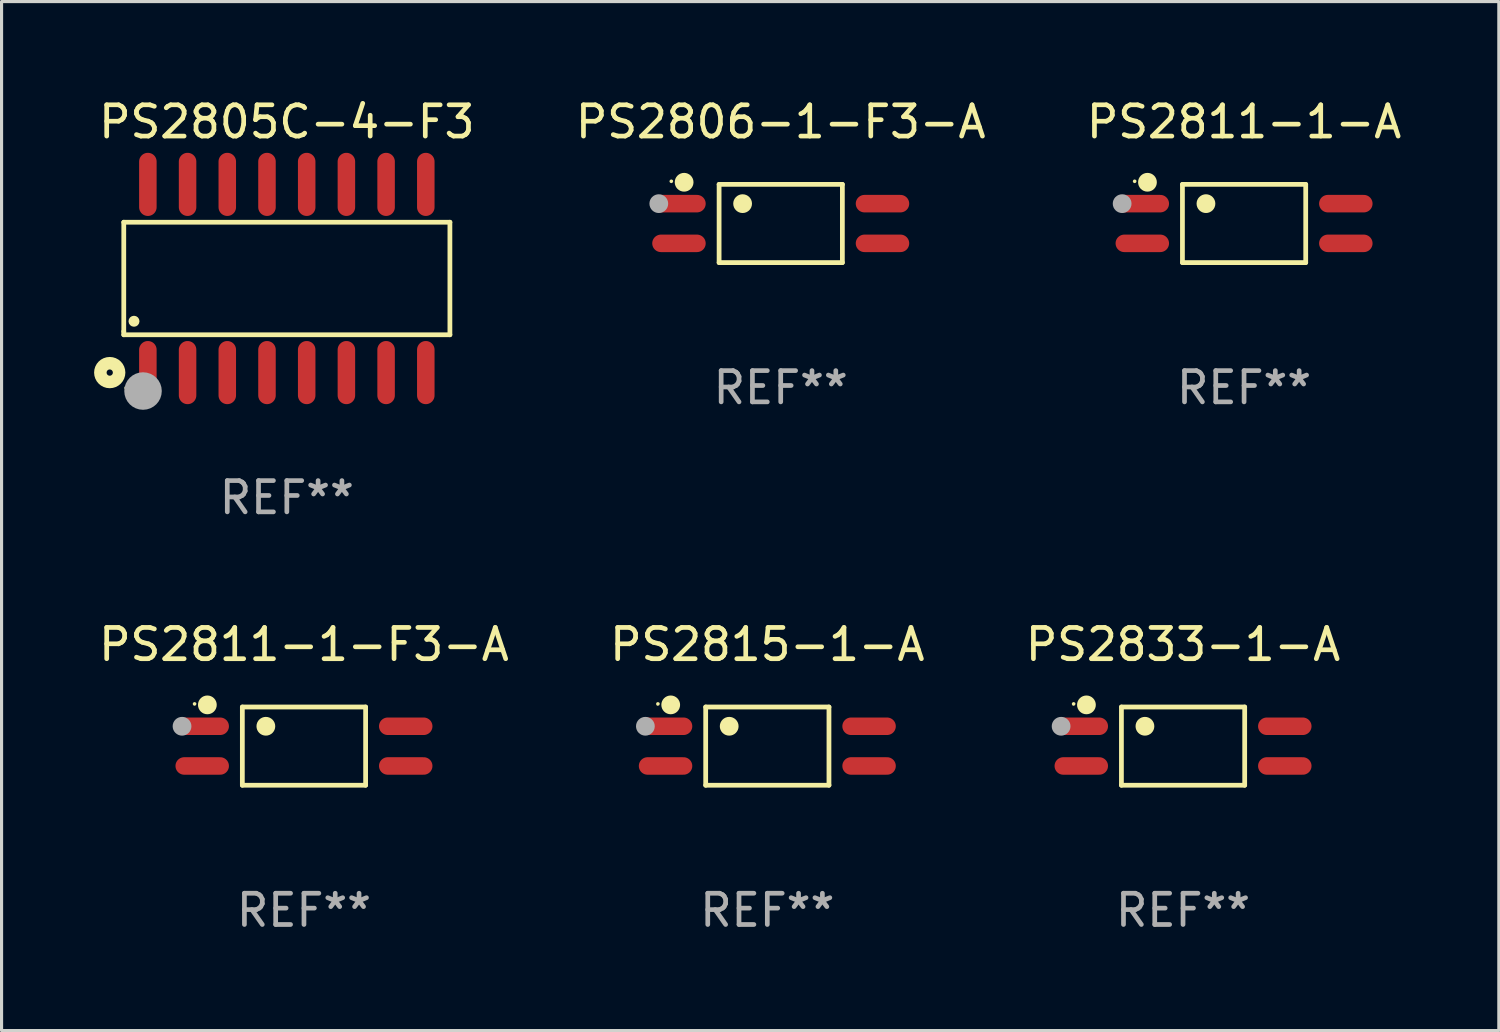
<source format=kicad_pcb>
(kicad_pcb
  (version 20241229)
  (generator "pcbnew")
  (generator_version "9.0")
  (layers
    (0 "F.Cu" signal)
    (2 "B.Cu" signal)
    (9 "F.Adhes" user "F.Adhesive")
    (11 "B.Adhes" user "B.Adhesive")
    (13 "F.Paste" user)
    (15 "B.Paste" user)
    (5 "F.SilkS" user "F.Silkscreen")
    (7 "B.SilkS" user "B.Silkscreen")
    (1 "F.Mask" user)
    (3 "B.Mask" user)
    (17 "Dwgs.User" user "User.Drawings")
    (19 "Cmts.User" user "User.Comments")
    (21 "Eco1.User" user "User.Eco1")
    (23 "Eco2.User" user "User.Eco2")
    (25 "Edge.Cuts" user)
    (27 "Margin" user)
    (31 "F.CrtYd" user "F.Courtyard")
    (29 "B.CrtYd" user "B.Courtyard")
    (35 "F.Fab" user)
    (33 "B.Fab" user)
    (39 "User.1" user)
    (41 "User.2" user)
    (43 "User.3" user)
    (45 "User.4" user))
  (footprint "PS2811-1-A"
    (layer "F.Cu")
    (at 36.744 4.099)
    (property "Reference" "PS2811-1-A" (at 0 -3.251 0) (layer "F.SilkS") (effects (font (size 1 1) (thickness 0.15))))
    (attr through_hole)
    (fp_line (start -1.971 -1.251) (end 1.972 -1.251) (stroke (width 0.152) (type solid)) (layer "F.SilkS"))
    (fp_line (start -1.971 1.251) (end -1.971 -1.251) (stroke (width 0.152) (type solid)) (layer "F.SilkS"))
    (fp_line (start 1.972 -1.251) (end 1.972 1.251) (stroke (width 0.152) (type solid)) (layer "F.SilkS"))
    (fp_line (start 1.972 1.251) (end -1.971 1.251) (stroke (width 0.152) (type solid)) (layer "F.SilkS"))
    (fp_circle (center -3.5 -1.35) (end -3.47 -1.35) (stroke (width 0.06) (type solid)) (fill no) (layer "F.SilkS"))
    (fp_circle (center -3.09 -1.319) (end -2.94 -1.319) (stroke (width 0.3) (type solid)) (fill no) (layer "F.SilkS"))
    (fp_circle (center -1.219 -0.635) (end -1.069 -0.635) (stroke (width 0.3) (type solid)) (fill no) (layer "F.SilkS"))
    (fp_circle (center -3.9 -0.635) (end -3.75 -0.635) (stroke (width 0.3) (type solid)) (fill no) (layer "F.Fab"))
    (fp_text user "REF**" (at 0 5.251 0) (layer "F.Fab") (effects (font (size 1 1) (thickness 0.15))))
    (pad "1" smd oval (at -3.255 -0.635 270) (size 0.56 1.71) (layers "F.Cu" "F.Mask" "F.Paste"))
    (pad "2" smd oval (at -3.255 0.635 270) (size 0.56 1.71) (layers "F.Cu" "F.Mask" "F.Paste"))
    (pad "3" smd oval (at 3.255 0.635 270) (size 0.56 1.71) (layers "F.Cu" "F.Mask" "F.Paste"))
    (pad "4" smd oval (at 3.255 -0.635 270) (size 0.56 1.71) (layers "F.Cu" "F.Mask" "F.Paste")))
  (footprint "PS2811-1-F3-A"
    (layer "F.Cu")
    (at 6.673 20.816)
    (property "Reference" "PS2811-1-F3-A" (at 0 -3.251 0) (layer "F.SilkS") (effects (font (size 1 1) (thickness 0.15))))
    (attr through_hole)
    (fp_line (start -1.971 -1.251) (end 1.972 -1.251) (stroke (width 0.152) (type solid)) (layer "F.SilkS"))
    (fp_line (start -1.971 1.251) (end -1.971 -1.251) (stroke (width 0.152) (type solid)) (layer "F.SilkS"))
    (fp_line (start 1.972 -1.251) (end 1.972 1.251) (stroke (width 0.152) (type solid)) (layer "F.SilkS"))
    (fp_line (start 1.972 1.251) (end -1.971 1.251) (stroke (width 0.152) (type solid)) (layer "F.SilkS"))
    (fp_circle (center -3.5 -1.35) (end -3.47 -1.35) (stroke (width 0.06) (type solid)) (fill no) (layer "F.SilkS"))
    (fp_circle (center -3.09 -1.319) (end -2.94 -1.319) (stroke (width 0.3) (type solid)) (fill no) (layer "F.SilkS"))
    (fp_circle (center -1.219 -0.635) (end -1.069 -0.635) (stroke (width 0.3) (type solid)) (fill no) (layer "F.SilkS"))
    (fp_circle (center -3.9 -0.635) (end -3.75 -0.635) (stroke (width 0.3) (type solid)) (fill no) (layer "F.Fab"))
    (fp_text user "REF**" (at 0 5.251 0) (layer "F.Fab") (effects (font (size 1 1) (thickness 0.15))))
    (pad "1" smd oval (at -3.255 -0.635 270) (size 0.56 1.71) (layers "F.Cu" "F.Mask" "F.Paste"))
    (pad "2" smd oval (at -3.255 0.635 270) (size 0.56 1.71) (layers "F.Cu" "F.Mask" "F.Paste"))
    (pad "3" smd oval (at 3.255 0.635 270) (size 0.56 1.71) (layers "F.Cu" "F.Mask" "F.Paste"))
    (pad "4" smd oval (at 3.255 -0.635 270) (size 0.56 1.71) (layers "F.Cu" "F.Mask" "F.Paste")))
  (footprint "PS2805C-4-F3"
    (layer "F.Cu")
    (at 6.125 5.858)
    (property "Reference" "PS2805C-4-F3" (at 0 -5.01 0) (layer "F.SilkS") (effects (font (size 1 1) (thickness 0.15))))
    (attr through_hole)
    (fp_line (start -5.216 -1.8) (end 5.216 -1.8) (stroke (width 0.152) (type solid)) (layer "F.SilkS"))
    (fp_line (start -5.216 1.695) (end -5.216 -1.8) (stroke (width 0.152) (type solid)) (layer "F.SilkS"))
    (fp_line (start -5.216 1.8) (end -5.216 1.695) (stroke (width 0.152) (type solid)) (layer "F.SilkS"))
    (fp_line (start 5.216 -1.8) (end 5.216 1.8) (stroke (width 0.152) (type solid)) (layer "F.SilkS"))
    (fp_line (start 5.216 1.8) (end -5.216 1.8) (stroke (width 0.152) (type solid)) (layer "F.SilkS"))
    (fp_circle (center -5.665 3.01) (end -5.565 3.01) (stroke (width 0.4) (type solid)) (fill no) (layer "F.SilkS"))
    (fp_circle (center -5.14 3.5) (end -5.11 3.5) (stroke (width 0.06) (type solid)) (fill no) (layer "F.SilkS"))
    (fp_circle (center -4.889 1.368) (end -4.801 1.368) (stroke (width 0.175) (type solid)) (fill no) (layer "F.SilkS"))
    (fp_circle (center -4.6 3.6) (end -4.3 3.6) (stroke (width 0.6) (type solid)) (fill no) (layer "F.Fab"))
    (fp_text user "REF**" (at 0 7.01 0) (layer "F.Fab") (effects (font (size 1 1) (thickness 0.15))))
    (pad "1" smd oval (at -4.445 3.01) (size 0.56 2.02) (layers "F.Cu" "F.Mask" "F.Paste"))
    (pad "2" smd oval (at -3.175 3.01) (size 0.56 2.02) (layers "F.Cu" "F.Mask" "F.Paste"))
    (pad "3" smd oval (at -1.905 3.01) (size 0.56 2.02) (layers "F.Cu" "F.Mask" "F.Paste"))
    (pad "4" smd oval (at -0.635 3.01) (size 0.56 2.02) (layers "F.Cu" "F.Mask" "F.Paste"))
    (pad "5" smd oval (at 0.635 3.01) (size 0.56 2.02) (layers "F.Cu" "F.Mask" "F.Paste"))
    (pad "6" smd oval (at 1.905 3.01) (size 0.56 2.02) (layers "F.Cu" "F.Mask" "F.Paste"))
    (pad "7" smd oval (at 3.175 3.01) (size 0.56 2.02) (layers "F.Cu" "F.Mask" "F.Paste"))
    (pad "8" smd oval (at 4.445 3.01) (size 0.56 2.02) (layers "F.Cu" "F.Mask" "F.Paste"))
    (pad "9" smd oval (at 4.445 -3.01) (size 0.56 2.02) (layers "F.Cu" "F.Mask" "F.Paste"))
    (pad "10" smd oval (at 3.175 -3.01) (size 0.56 2.02) (layers "F.Cu" "F.Mask" "F.Paste"))
    (pad "11" smd oval (at 1.905 -3.01) (size 0.56 2.02) (layers "F.Cu" "F.Mask" "F.Paste"))
    (pad "12" smd oval (at 0.635 -3.01) (size 0.56 2.02) (layers "F.Cu" "F.Mask" "F.Paste"))
    (pad "13" smd oval (at -0.635 -3.01) (size 0.56 2.02) (layers "F.Cu" "F.Mask" "F.Paste"))
    (pad "14" smd oval (at -1.905 -3.01) (size 0.56 2.02) (layers "F.Cu" "F.Mask" "F.Paste"))
    (pad "15" smd oval (at -3.175 -3.01) (size 0.56 2.02) (layers "F.Cu" "F.Mask" "F.Paste"))
    (pad "16" smd oval (at -4.445 -3.01) (size 0.56 2.02) (layers "F.Cu" "F.Mask" "F.Paste")))
  (footprint "PS2815-1-A"
    (layer "F.Cu")
    (at 21.494 20.816)
    (property "Reference" "PS2815-1-A" (at 0 -3.251 0) (layer "F.SilkS") (effects (font (size 1 1) (thickness 0.15))))
    (attr through_hole)
    (fp_line (start -1.971 -1.251) (end 1.972 -1.251) (stroke (width 0.152) (type solid)) (layer "F.SilkS"))
    (fp_line (start -1.971 1.251) (end -1.971 -1.251) (stroke (width 0.152) (type solid)) (layer "F.SilkS"))
    (fp_line (start 1.972 -1.251) (end 1.972 1.251) (stroke (width 0.152) (type solid)) (layer "F.SilkS"))
    (fp_line (start 1.972 1.251) (end -1.971 1.251) (stroke (width 0.152) (type solid)) (layer "F.SilkS"))
    (fp_circle (center -3.5 -1.35) (end -3.47 -1.35) (stroke (width 0.06) (type solid)) (fill no) (layer "F.SilkS"))
    (fp_circle (center -3.09 -1.319) (end -2.94 -1.319) (stroke (width 0.3) (type solid)) (fill no) (layer "F.SilkS"))
    (fp_circle (center -1.219 -0.635) (end -1.069 -0.635) (stroke (width 0.3) (type solid)) (fill no) (layer "F.SilkS"))
    (fp_circle (center -3.9 -0.635) (end -3.75 -0.635) (stroke (width 0.3) (type solid)) (fill no) (layer "F.Fab"))
    (fp_text user "REF**" (at 0 5.251 0) (layer "F.Fab") (effects (font (size 1 1) (thickness 0.15))))
    (pad "1" smd oval (at -3.255 -0.635 270) (size 0.56 1.71) (layers "F.Cu" "F.Mask" "F.Paste"))
    (pad "2" smd oval (at -3.255 0.635 270) (size 0.56 1.71) (layers "F.Cu" "F.Mask" "F.Paste"))
    (pad "3" smd oval (at 3.255 0.635 270) (size 0.56 1.71) (layers "F.Cu" "F.Mask" "F.Paste"))
    (pad "4" smd oval (at 3.255 -0.635 270) (size 0.56 1.71) (layers "F.Cu" "F.Mask" "F.Paste")))
  (footprint "PS2806-1-F3-A"
    (layer "F.Cu")
    (at 21.923 4.099)
    (property "Reference" "PS2806-1-F3-A" (at 0 -3.251 0) (layer "F.SilkS") (effects (font (size 1 1) (thickness 0.15))))
    (attr through_hole)
    (fp_line (start -1.971 -1.251) (end 1.972 -1.251) (stroke (width 0.152) (type solid)) (layer "F.SilkS"))
    (fp_line (start -1.971 1.251) (end -1.971 -1.251) (stroke (width 0.152) (type solid)) (layer "F.SilkS"))
    (fp_line (start 1.972 -1.251) (end 1.972 1.251) (stroke (width 0.152) (type solid)) (layer "F.SilkS"))
    (fp_line (start 1.972 1.251) (end -1.971 1.251) (stroke (width 0.152) (type solid)) (layer "F.SilkS"))
    (fp_circle (center -3.5 -1.35) (end -3.47 -1.35) (stroke (width 0.06) (type solid)) (fill no) (layer "F.SilkS"))
    (fp_circle (center -3.09 -1.319) (end -2.94 -1.319) (stroke (width 0.3) (type solid)) (fill no) (layer "F.SilkS"))
    (fp_circle (center -1.219 -0.635) (end -1.069 -0.635) (stroke (width 0.3) (type solid)) (fill no) (layer "F.SilkS"))
    (fp_circle (center -3.9 -0.635) (end -3.75 -0.635) (stroke (width 0.3) (type solid)) (fill no) (layer "F.Fab"))
    (fp_text user "REF**" (at 0 5.251 0) (layer "F.Fab") (effects (font (size 1 1) (thickness 0.15))))
    (pad "1" smd oval (at -3.255 -0.635 270) (size 0.56 1.71) (layers "F.Cu" "F.Mask" "F.Paste"))
    (pad "2" smd oval (at -3.255 0.635 270) (size 0.56 1.71) (layers "F.Cu" "F.Mask" "F.Paste"))
    (pad "3" smd oval (at 3.255 0.635 270) (size 0.56 1.71) (layers "F.Cu" "F.Mask" "F.Paste"))
    (pad "4" smd oval (at 3.255 -0.635 270) (size 0.56 1.71) (layers "F.Cu" "F.Mask" "F.Paste")))
  (footprint "PS2833-1-A"
    (layer "F.Cu")
    (at 34.792 20.816)
    (property "Reference" "PS2833-1-A" (at 0 -3.251 0) (layer "F.SilkS") (effects (font (size 1 1) (thickness 0.15))))
    (attr through_hole)
    (fp_line (start -1.971 -1.251) (end 1.972 -1.251) (stroke (width 0.152) (type solid)) (layer "F.SilkS"))
    (fp_line (start -1.971 1.251) (end -1.971 -1.251) (stroke (width 0.152) (type solid)) (layer "F.SilkS"))
    (fp_line (start 1.972 -1.251) (end 1.972 1.251) (stroke (width 0.152) (type solid)) (layer "F.SilkS"))
    (fp_line (start 1.972 1.251) (end -1.971 1.251) (stroke (width 0.152) (type solid)) (layer "F.SilkS"))
    (fp_circle (center -3.5 -1.35) (end -3.47 -1.35) (stroke (width 0.06) (type solid)) (fill no) (layer "F.SilkS"))
    (fp_circle (center -3.09 -1.319) (end -2.94 -1.319) (stroke (width 0.3) (type solid)) (fill no) (layer "F.SilkS"))
    (fp_circle (center -1.219 -0.635) (end -1.069 -0.635) (stroke (width 0.3) (type solid)) (fill no) (layer "F.SilkS"))
    (fp_circle (center -3.9 -0.635) (end -3.75 -0.635) (stroke (width 0.3) (type solid)) (fill no) (layer "F.Fab"))
    (fp_text user "REF**" (at 0 5.251 0) (layer "F.Fab") (effects (font (size 1 1) (thickness 0.15))))
    (pad "1" smd oval (at -3.255 -0.635 270) (size 0.56 1.71) (layers "F.Cu" "F.Mask" "F.Paste"))
    (pad "2" smd oval (at -3.255 0.635 270) (size 0.56 1.71) (layers "F.Cu" "F.Mask" "F.Paste"))
    (pad "3" smd oval (at 3.255 0.635 270) (size 0.56 1.71) (layers "F.Cu" "F.Mask" "F.Paste"))
    (pad "4" smd oval (at 3.255 -0.635 270) (size 0.56 1.71) (layers "F.Cu" "F.Mask" "F.Paste")))
  (gr_rect
    (start -3 -3)
    (end 44.893 29.915)
    (stroke (width 0.1) (type default))
    (fill no)
    (layer "Edge.Cuts")))
</source>
